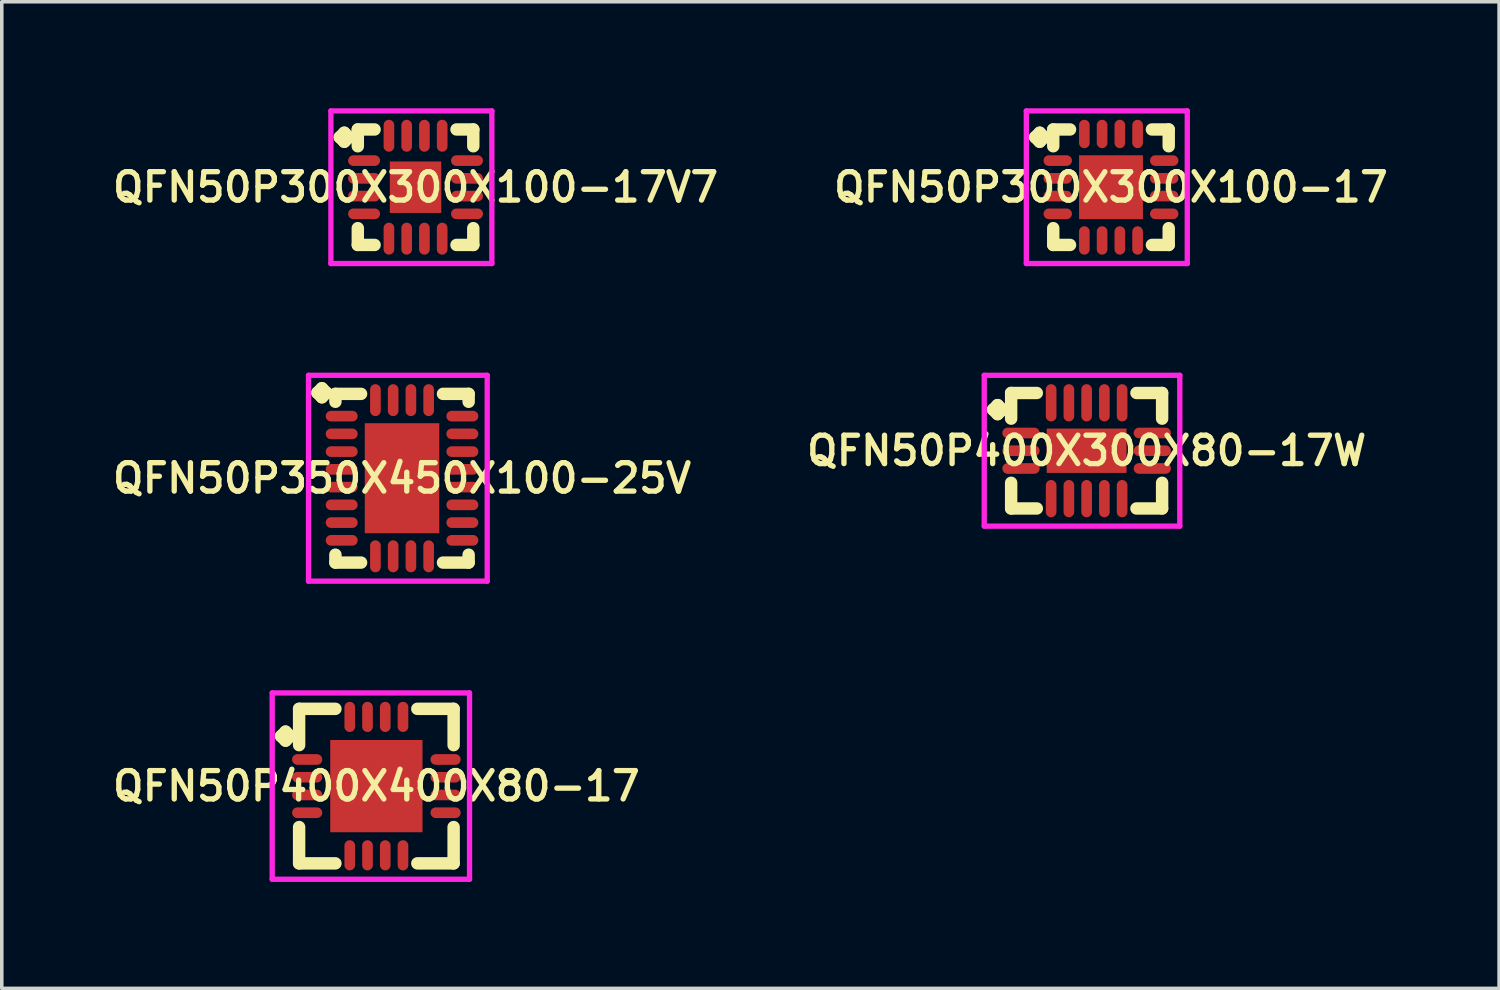
<source format=kicad_pcb>
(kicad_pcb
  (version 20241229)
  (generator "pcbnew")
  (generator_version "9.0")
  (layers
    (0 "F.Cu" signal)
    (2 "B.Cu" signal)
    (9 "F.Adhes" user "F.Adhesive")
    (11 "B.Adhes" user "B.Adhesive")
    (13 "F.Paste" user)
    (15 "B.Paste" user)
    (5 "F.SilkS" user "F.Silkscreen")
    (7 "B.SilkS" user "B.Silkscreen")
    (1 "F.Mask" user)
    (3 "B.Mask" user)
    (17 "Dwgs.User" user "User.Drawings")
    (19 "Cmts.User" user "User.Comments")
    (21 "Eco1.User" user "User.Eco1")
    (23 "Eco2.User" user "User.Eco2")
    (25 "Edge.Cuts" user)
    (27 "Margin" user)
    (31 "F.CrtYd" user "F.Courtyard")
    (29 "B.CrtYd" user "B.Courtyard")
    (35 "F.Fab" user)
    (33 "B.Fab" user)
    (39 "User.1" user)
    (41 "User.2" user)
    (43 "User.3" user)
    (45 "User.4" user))
  (footprint "QFN50P300X300X100-17"
    (layer "F.Cu")
    (at 28.254 2.225)
    (property "Reference" "QFN50P300X300X100-17" (at 0 0 0) (layer "F.SilkS") (effects (font (size 0.8 0.8) (thickness 0.15))))
    (attr smd)
    (fp_line (start -2.135 -1.408) (end -2.008 -1.535) (stroke (width 0.35) (type solid)) (layer "F.SilkS"))
    (fp_line (start -2.008 -1.535) (end -1.881 -1.408) (stroke (width 0.35) (type solid)) (layer "F.SilkS"))
    (fp_line (start -2.008 -1.281) (end -2.135 -1.408) (stroke (width 0.35) (type solid)) (layer "F.SilkS"))
    (fp_line (start -1.881 -1.408) (end -2.008 -1.281) (stroke (width 0.35) (type solid)) (layer "F.SilkS"))
    (fp_line (start -1.627 -1.627) (end -1.154 -1.627) (stroke (width 0.35) (type solid)) (layer "F.SilkS"))
    (fp_line (start -1.627 -1.154) (end -1.627 -1.627) (stroke (width 0.35) (type solid)) (layer "F.SilkS"))
    (fp_line (start -1.627 1.154) (end -1.627 1.627) (stroke (width 0.35) (type solid)) (layer "F.SilkS"))
    (fp_line (start -1.627 1.627) (end -1.154 1.627) (stroke (width 0.35) (type solid)) (layer "F.SilkS"))
    (fp_line (start 1.154 -1.627) (end 1.627 -1.627) (stroke (width 0.35) (type solid)) (layer "F.SilkS"))
    (fp_line (start 1.154 1.627) (end 1.627 1.627) (stroke (width 0.35) (type solid)) (layer "F.SilkS"))
    (fp_line (start 1.627 -1.627) (end 1.627 -1.154) (stroke (width 0.35) (type solid)) (layer "F.SilkS"))
    (fp_line (start 1.627 1.627) (end 1.627 1.154) (stroke (width 0.35) (type solid)) (layer "F.SilkS"))
    (fp_line (start -2.385 -2.15) (end 2.15 -2.15) (stroke (width 0.15) (type solid)) (layer "F.CrtYd"))
    (fp_line (start -2.385 2.15) (end -2.385 -2.15) (stroke (width 0.15) (type solid)) (layer "F.CrtYd"))
    (fp_line (start 2.15 -2.15) (end 2.15 2.15) (stroke (width 0.15) (type solid)) (layer "F.CrtYd"))
    (fp_line (start 2.15 2.15) (end -2.385 2.15) (stroke (width 0.15) (type solid)) (layer "F.CrtYd"))
    (pad "1" smd oval (at -1.5 -0.75) (size 0.8 0.3) (layers "F.Cu" "F.Mask" "F.Paste"))
    (pad "2" smd oval (at -1.5 -0.25) (size 0.8 0.3) (layers "F.Cu" "F.Mask" "F.Paste"))
    (pad "3" smd oval (at -1.5 0.25) (size 0.8 0.3) (layers "F.Cu" "F.Mask" "F.Paste"))
    (pad "4" smd oval (at -1.5 0.75) (size 0.8 0.3) (layers "F.Cu" "F.Mask" "F.Paste"))
    (pad "5" smd oval (at -0.75 1.5) (size 0.3 0.8) (layers "F.Cu" "F.Mask" "F.Paste"))
    (pad "6" smd oval (at -0.25 1.5) (size 0.3 0.8) (layers "F.Cu" "F.Mask" "F.Paste"))
    (pad "7" smd oval (at 0.25 1.5) (size 0.3 0.8) (layers "F.Cu" "F.Mask" "F.Paste"))
    (pad "8" smd oval (at 0.75 1.5) (size 0.3 0.8) (layers "F.Cu" "F.Mask" "F.Paste"))
    (pad "9" smd oval (at 1.5 0.75) (size 0.8 0.3) (layers "F.Cu" "F.Mask" "F.Paste"))
    (pad "10" smd oval (at 1.5 0.25) (size 0.8 0.3) (layers "F.Cu" "F.Mask" "F.Paste"))
    (pad "11" smd oval (at 1.5 -0.25) (size 0.8 0.3) (layers "F.Cu" "F.Mask" "F.Paste"))
    (pad "12" smd oval (at 1.5 -0.75) (size 0.8 0.3) (layers "F.Cu" "F.Mask" "F.Paste"))
    (pad "13" smd oval (at 0.75 -1.5) (size 0.3 0.8) (layers "F.Cu" "F.Mask" "F.Paste"))
    (pad "14" smd oval (at 0.25 -1.5) (size 0.3 0.8) (layers "F.Cu" "F.Mask" "F.Paste"))
    (pad "15" smd oval (at -0.25 -1.5) (size 0.3 0.8) (layers "F.Cu" "F.Mask" "F.Paste"))
    (pad "16" smd oval (at -0.75 -1.5) (size 0.3 0.8) (layers "F.Cu" "F.Mask" "F.Paste"))
    (pad "17" smd rect (at 0 0) (size 1.8 1.8) (layers "F.Cu" "F.Mask" "F.Paste")))
  (footprint "QFN50P350X450X100-25V"
    (layer "F.Cu")
    (at 8.278 10.425)
    (property "Reference" "QFN50P350X450X100-25V" (at 0 0 0) (layer "F.SilkS") (effects (font (size 0.8 0.8) (thickness 0.15))))
    (attr through_hole)
    (fp_line (start -2.385 -2.408) (end -2.258 -2.535) (stroke (width 0.35) (type solid)) (layer "F.SilkS"))
    (fp_line (start -2.258 -2.535) (end -2.131 -2.408) (stroke (width 0.35) (type solid)) (layer "F.SilkS"))
    (fp_line (start -2.258 -2.281) (end -2.385 -2.408) (stroke (width 0.35) (type solid)) (layer "F.SilkS"))
    (fp_line (start -2.131 -2.408) (end -2.258 -2.281) (stroke (width 0.35) (type solid)) (layer "F.SilkS"))
    (fp_line (start -1.877 -2.377) (end -1.154 -2.377) (stroke (width 0.35) (type solid)) (layer "F.SilkS"))
    (fp_line (start -1.877 -2.154) (end -1.877 -2.377) (stroke (width 0.35) (type solid)) (layer "F.SilkS"))
    (fp_line (start -1.877 2.154) (end -1.877 2.377) (stroke (width 0.35) (type solid)) (layer "F.SilkS"))
    (fp_line (start -1.877 2.377) (end -1.154 2.377) (stroke (width 0.35) (type solid)) (layer "F.SilkS"))
    (fp_line (start 1.154 -2.377) (end 1.877 -2.377) (stroke (width 0.35) (type solid)) (layer "F.SilkS"))
    (fp_line (start 1.154 2.377) (end 1.877 2.377) (stroke (width 0.35) (type solid)) (layer "F.SilkS"))
    (fp_line (start 1.877 -2.377) (end 1.877 -2.154) (stroke (width 0.35) (type solid)) (layer "F.SilkS"))
    (fp_line (start 1.877 2.377) (end 1.877 2.154) (stroke (width 0.35) (type solid)) (layer "F.SilkS"))
    (fp_line (start -2.635 -2.9) (end 2.4 -2.9) (stroke (width 0.15) (type solid)) (layer "F.CrtYd"))
    (fp_line (start -2.635 2.9) (end -2.635 -2.9) (stroke (width 0.15) (type solid)) (layer "F.CrtYd"))
    (fp_line (start 2.4 -2.9) (end 2.4 2.9) (stroke (width 0.15) (type solid)) (layer "F.CrtYd"))
    (fp_line (start 2.4 2.9) (end -2.635 2.9) (stroke (width 0.15) (type solid)) (layer "F.CrtYd"))
    (pad "1" smd oval (at -1.7 -1.75) (size 0.9 0.3) (layers "F.Cu" "F.Mask" "F.Paste"))
    (pad "2" smd oval (at -1.7 -1.25) (size 0.9 0.3) (layers "F.Cu" "F.Mask" "F.Paste"))
    (pad "3" smd oval (at -1.7 -0.75) (size 0.9 0.3) (layers "F.Cu" "F.Mask" "F.Paste"))
    (pad "4" smd oval (at -1.7 -0.25) (size 0.9 0.3) (layers "F.Cu" "F.Mask" "F.Paste"))
    (pad "5" smd oval (at -1.7 0.25) (size 0.9 0.3) (layers "F.Cu" "F.Mask" "F.Paste"))
    (pad "6" smd oval (at -1.7 0.75) (size 0.9 0.3) (layers "F.Cu" "F.Mask" "F.Paste"))
    (pad "7" smd oval (at -1.7 1.25) (size 0.9 0.3) (layers "F.Cu" "F.Mask" "F.Paste"))
    (pad "8" smd oval (at -1.7 1.75) (size 0.9 0.3) (layers "F.Cu" "F.Mask" "F.Paste"))
    (pad "9" smd oval (at -0.75 2.2) (size 0.3 0.9) (layers "F.Cu" "F.Mask" "F.Paste"))
    (pad "10" smd oval (at -0.25 2.2) (size 0.3 0.9) (layers "F.Cu" "F.Mask" "F.Paste"))
    (pad "11" smd oval (at 0.25 2.2) (size 0.3 0.9) (layers "F.Cu" "F.Mask" "F.Paste"))
    (pad "12" smd oval (at 0.75 2.2) (size 0.3 0.9) (layers "F.Cu" "F.Mask" "F.Paste"))
    (pad "13" smd oval (at 1.7 1.75) (size 0.9 0.3) (layers "F.Cu" "F.Mask" "F.Paste"))
    (pad "14" smd oval (at 1.7 1.25) (size 0.9 0.3) (layers "F.Cu" "F.Mask" "F.Paste"))
    (pad "15" smd oval (at 1.7 0.75) (size 0.9 0.3) (layers "F.Cu" "F.Mask" "F.Paste"))
    (pad "16" smd oval (at 1.7 0.25) (size 0.9 0.3) (layers "F.Cu" "F.Mask" "F.Paste"))
    (pad "17" smd oval (at 1.7 -0.25) (size 0.9 0.3) (layers "F.Cu" "F.Mask" "F.Paste"))
    (pad "18" smd oval (at 1.7 -0.75) (size 0.9 0.3) (layers "F.Cu" "F.Mask" "F.Paste"))
    (pad "19" smd oval (at 1.7 -1.25) (size 0.9 0.3) (layers "F.Cu" "F.Mask" "F.Paste"))
    (pad "20" smd oval (at 1.7 -1.75) (size 0.9 0.3) (layers "F.Cu" "F.Mask" "F.Paste"))
    (pad "21" smd oval (at 0.75 -2.2) (size 0.3 0.9) (layers "F.Cu" "F.Mask" "F.Paste"))
    (pad "22" smd oval (at 0.25 -2.2) (size 0.3 0.9) (layers "F.Cu" "F.Mask" "F.Paste"))
    (pad "23" smd oval (at -0.25 -2.2) (size 0.3 0.9) (layers "F.Cu" "F.Mask" "F.Paste"))
    (pad "24" smd oval (at -0.75 -2.2) (size 0.3 0.9) (layers "F.Cu" "F.Mask" "F.Paste"))
    (pad "25" smd rect (at 0 0) (size 2.1 3.1) (layers "F.Cu" "F.Mask" "F.Paste")))
  (footprint "QFN50P400X300X80-17W"
    (layer "F.Cu")
    (at 27.568 9.65)
    (property "Reference" "QFN50P400X300X80-17W" (at 0 0 0) (layer "F.SilkS") (effects (font (size 0.8 0.8) (thickness 0.15))))
    (attr smd)
    (fp_line (start -2.635 -1.158) (end -2.508 -1.285) (stroke (width 0.35) (type solid)) (layer "F.SilkS"))
    (fp_line (start -2.508 -1.285) (end -2.381 -1.158) (stroke (width 0.35) (type solid)) (layer "F.SilkS"))
    (fp_line (start -2.508 -1.031) (end -2.635 -1.158) (stroke (width 0.35) (type solid)) (layer "F.SilkS"))
    (fp_line (start -2.381 -1.158) (end -2.508 -1.031) (stroke (width 0.35) (type solid)) (layer "F.SilkS"))
    (fp_line (start -2.127 -1.627) (end -1.404 -1.627) (stroke (width 0.35) (type solid)) (layer "F.SilkS"))
    (fp_line (start -2.127 -0.904) (end -2.127 -1.627) (stroke (width 0.35) (type solid)) (layer "F.SilkS"))
    (fp_line (start -2.127 0.904) (end -2.127 1.627) (stroke (width 0.35) (type solid)) (layer "F.SilkS"))
    (fp_line (start -2.127 1.627) (end -1.404 1.627) (stroke (width 0.35) (type solid)) (layer "F.SilkS"))
    (fp_line (start 1.404 -1.627) (end 2.127 -1.627) (stroke (width 0.35) (type solid)) (layer "F.SilkS"))
    (fp_line (start 1.404 1.627) (end 2.127 1.627) (stroke (width 0.35) (type solid)) (layer "F.SilkS"))
    (fp_line (start 2.127 -1.627) (end 2.127 -0.904) (stroke (width 0.35) (type solid)) (layer "F.SilkS"))
    (fp_line (start 2.127 1.627) (end 2.127 0.904) (stroke (width 0.35) (type solid)) (layer "F.SilkS"))
    (fp_line (start -2.885 -2.125) (end 2.625 -2.125) (stroke (width 0.15) (type solid)) (layer "F.CrtYd"))
    (fp_line (start -2.885 2.125) (end -2.885 -2.125) (stroke (width 0.15) (type solid)) (layer "F.CrtYd"))
    (fp_line (start 2.625 -2.125) (end 2.625 2.125) (stroke (width 0.15) (type solid)) (layer "F.CrtYd"))
    (fp_line (start 2.625 2.125) (end -2.885 2.125) (stroke (width 0.15) (type solid)) (layer "F.CrtYd"))
    (pad "1" smd oval (at -1.85 -0.5) (size 1.05 0.3) (layers "F.Cu" "F.Mask" "F.Paste"))
    (pad "2" smd oval (at -1.85 0) (size 1.05 0.3) (layers "F.Cu" "F.Mask" "F.Paste"))
    (pad "3" smd oval (at -1.85 0.5) (size 1.05 0.3) (layers "F.Cu" "F.Mask" "F.Paste"))
    (pad "4" smd oval (at -1 1.35) (size 0.3 1.05) (layers "F.Cu" "F.Mask" "F.Paste"))
    (pad "5" smd oval (at -0.5 1.35) (size 0.3 1.05) (layers "F.Cu" "F.Mask" "F.Paste"))
    (pad "6" smd oval (at 0 1.35) (size 0.3 1.05) (layers "F.Cu" "F.Mask" "F.Paste"))
    (pad "7" smd oval (at 0.5 1.35) (size 0.3 1.05) (layers "F.Cu" "F.Mask" "F.Paste"))
    (pad "8" smd oval (at 1 1.35) (size 0.3 1.05) (layers "F.Cu" "F.Mask" "F.Paste"))
    (pad "9" smd oval (at 1.85 0.5) (size 1.05 0.3) (layers "F.Cu" "F.Mask" "F.Paste"))
    (pad "10" smd oval (at 1.85 0) (size 1.05 0.3) (layers "F.Cu" "F.Mask" "F.Paste"))
    (pad "11" smd oval (at 1.85 -0.5) (size 1.05 0.3) (layers "F.Cu" "F.Mask" "F.Paste"))
    (pad "12" smd oval (at 1 -1.35) (size 0.3 1.05) (layers "F.Cu" "F.Mask" "F.Paste"))
    (pad "13" smd oval (at 0.5 -1.35) (size 0.3 1.05) (layers "F.Cu" "F.Mask" "F.Paste"))
    (pad "14" smd oval (at 0 -1.35) (size 0.3 1.05) (layers "F.Cu" "F.Mask" "F.Paste"))
    (pad "15" smd oval (at -0.5 -1.35) (size 0.3 1.05) (layers "F.Cu" "F.Mask" "F.Paste"))
    (pad "16" smd oval (at -1 -1.35) (size 0.3 1.05) (layers "F.Cu" "F.Mask" "F.Paste"))
    (pad "17" smd rect (at 0 0) (size 2.25 1.25) (layers "F.Cu" "F.Mask" "F.Paste")))
  (footprint "QFN50P300X300X100-17V7"
    (layer "F.Cu")
    (at 8.659 2.225)
    (property "Reference" "QFN50P300X300X100-17V7" (at 0 0 0) (layer "F.SilkS") (effects (font (size 0.8 0.8) (thickness 0.15))))
    (attr through_hole)
    (fp_line (start -2.135 -1.408) (end -2.008 -1.535) (stroke (width 0.35) (type solid)) (layer "F.SilkS"))
    (fp_line (start -2.008 -1.535) (end -1.881 -1.408) (stroke (width 0.35) (type solid)) (layer "F.SilkS"))
    (fp_line (start -2.008 -1.281) (end -2.135 -1.408) (stroke (width 0.35) (type solid)) (layer "F.SilkS"))
    (fp_line (start -1.881 -1.408) (end -2.008 -1.281) (stroke (width 0.35) (type solid)) (layer "F.SilkS"))
    (fp_line (start -1.627 -1.627) (end -1.154 -1.627) (stroke (width 0.35) (type solid)) (layer "F.SilkS"))
    (fp_line (start -1.627 -1.154) (end -1.627 -1.627) (stroke (width 0.35) (type solid)) (layer "F.SilkS"))
    (fp_line (start -1.627 1.154) (end -1.627 1.627) (stroke (width 0.35) (type solid)) (layer "F.SilkS"))
    (fp_line (start -1.627 1.627) (end -1.154 1.627) (stroke (width 0.35) (type solid)) (layer "F.SilkS"))
    (fp_line (start 1.154 -1.627) (end 1.627 -1.627) (stroke (width 0.35) (type solid)) (layer "F.SilkS"))
    (fp_line (start 1.154 1.627) (end 1.627 1.627) (stroke (width 0.35) (type solid)) (layer "F.SilkS"))
    (fp_line (start 1.627 -1.627) (end 1.627 -1.154) (stroke (width 0.35) (type solid)) (layer "F.SilkS"))
    (fp_line (start 1.627 1.627) (end 1.627 1.154) (stroke (width 0.35) (type solid)) (layer "F.SilkS"))
    (fp_line (start -2.385 -2.15) (end 2.15 -2.15) (stroke (width 0.15) (type solid)) (layer "F.CrtYd"))
    (fp_line (start -2.385 2.15) (end -2.385 -2.15) (stroke (width 0.15) (type solid)) (layer "F.CrtYd"))
    (fp_line (start 2.15 -2.15) (end 2.15 2.15) (stroke (width 0.15) (type solid)) (layer "F.CrtYd"))
    (fp_line (start 2.15 2.15) (end -2.385 2.15) (stroke (width 0.15) (type solid)) (layer "F.CrtYd"))
    (pad "1" smd oval (at -1.45 -0.75) (size 0.9 0.3) (layers "F.Cu" "F.Mask" "F.Paste"))
    (pad "2" smd oval (at -1.45 -0.25) (size 0.9 0.3) (layers "F.Cu" "F.Mask" "F.Paste"))
    (pad "3" smd oval (at -1.45 0.25) (size 0.9 0.3) (layers "F.Cu" "F.Mask" "F.Paste"))
    (pad "4" smd oval (at -1.45 0.75) (size 0.9 0.3) (layers "F.Cu" "F.Mask" "F.Paste"))
    (pad "5" smd oval (at -0.75 1.45) (size 0.3 0.9) (layers "F.Cu" "F.Mask" "F.Paste"))
    (pad "6" smd oval (at -0.25 1.45) (size 0.3 0.9) (layers "F.Cu" "F.Mask" "F.Paste"))
    (pad "7" smd oval (at 0.25 1.45) (size 0.3 0.9) (layers "F.Cu" "F.Mask" "F.Paste"))
    (pad "8" smd oval (at 0.75 1.45) (size 0.3 0.9) (layers "F.Cu" "F.Mask" "F.Paste"))
    (pad "9" smd oval (at 1.45 0.75) (size 0.9 0.3) (layers "F.Cu" "F.Mask" "F.Paste"))
    (pad "10" smd oval (at 1.45 0.25) (size 0.9 0.3) (layers "F.Cu" "F.Mask" "F.Paste"))
    (pad "11" smd oval (at 1.45 -0.25) (size 0.9 0.3) (layers "F.Cu" "F.Mask" "F.Paste"))
    (pad "12" smd oval (at 1.45 -0.75) (size 0.9 0.3) (layers "F.Cu" "F.Mask" "F.Paste"))
    (pad "13" smd oval (at 0.75 -1.45) (size 0.3 0.9) (layers "F.Cu" "F.Mask" "F.Paste"))
    (pad "14" smd oval (at 0.25 -1.45) (size 0.3 0.9) (layers "F.Cu" "F.Mask" "F.Paste"))
    (pad "15" smd oval (at -0.25 -1.45) (size 0.3 0.9) (layers "F.Cu" "F.Mask" "F.Paste"))
    (pad "16" smd oval (at -0.75 -1.45) (size 0.3 0.9) (layers "F.Cu" "F.Mask" "F.Paste"))
    (pad "17" smd rect (at 0 0) (size 1.45 1.45) (layers "F.Cu" "F.Mask" "F.Paste")))
  (footprint "QFN50P400X400X80-17"
    (layer "F.Cu")
    (at 7.555 19.1)
    (property "Reference" "QFN50P400X400X80-17" (at 0 0 0) (layer "F.SilkS") (effects (font (size 0.8 0.8) (thickness 0.15))))
    (attr through_hole)
    (fp_line (start -2.685 -1.408) (end -2.558 -1.535) (stroke (width 0.35) (type solid)) (layer "F.SilkS"))
    (fp_line (start -2.558 -1.535) (end -2.431 -1.408) (stroke (width 0.35) (type solid)) (layer "F.SilkS"))
    (fp_line (start -2.558 -1.281) (end -2.685 -1.408) (stroke (width 0.35) (type solid)) (layer "F.SilkS"))
    (fp_line (start -2.431 -1.408) (end -2.558 -1.281) (stroke (width 0.35) (type solid)) (layer "F.SilkS"))
    (fp_line (start -2.177 -2.177) (end -1.154 -2.177) (stroke (width 0.35) (type solid)) (layer "F.SilkS"))
    (fp_line (start -2.177 -1.154) (end -2.177 -2.177) (stroke (width 0.35) (type solid)) (layer "F.SilkS"))
    (fp_line (start -2.177 1.154) (end -2.177 2.177) (stroke (width 0.35) (type solid)) (layer "F.SilkS"))
    (fp_line (start -2.177 2.177) (end -1.154 2.177) (stroke (width 0.35) (type solid)) (layer "F.SilkS"))
    (fp_line (start 1.154 -2.177) (end 2.177 -2.177) (stroke (width 0.35) (type solid)) (layer "F.SilkS"))
    (fp_line (start 1.154 2.177) (end 2.177 2.177) (stroke (width 0.35) (type solid)) (layer "F.SilkS"))
    (fp_line (start 2.177 -2.177) (end 2.177 -1.154) (stroke (width 0.35) (type solid)) (layer "F.SilkS"))
    (fp_line (start 2.177 2.177) (end 2.177 1.154) (stroke (width 0.35) (type solid)) (layer "F.SilkS"))
    (fp_line (start -2.935 -2.625) (end 2.625 -2.625) (stroke (width 0.15) (type solid)) (layer "F.CrtYd"))
    (fp_line (start -2.935 2.625) (end -2.935 -2.625) (stroke (width 0.15) (type solid)) (layer "F.CrtYd"))
    (fp_line (start 2.625 -2.625) (end 2.625 2.625) (stroke (width 0.15) (type solid)) (layer "F.CrtYd"))
    (fp_line (start 2.625 2.625) (end -2.935 2.625) (stroke (width 0.15) (type solid)) (layer "F.CrtYd"))
    (pad "1" smd oval (at -1.95 -0.75) (size 0.85 0.3) (layers "F.Cu" "F.Mask" "F.Paste"))
    (pad "2" smd oval (at -1.95 -0.25) (size 0.85 0.3) (layers "F.Cu" "F.Mask" "F.Paste"))
    (pad "3" smd oval (at -1.95 0.25) (size 0.85 0.3) (layers "F.Cu" "F.Mask" "F.Paste"))
    (pad "4" smd oval (at -1.95 0.75) (size 0.85 0.3) (layers "F.Cu" "F.Mask" "F.Paste"))
    (pad "5" smd oval (at -0.75 1.95) (size 0.3 0.85) (layers "F.Cu" "F.Mask" "F.Paste"))
    (pad "6" smd oval (at -0.25 1.95) (size 0.3 0.85) (layers "F.Cu" "F.Mask" "F.Paste"))
    (pad "7" smd oval (at 0.25 1.95) (size 0.3 0.85) (layers "F.Cu" "F.Mask" "F.Paste"))
    (pad "8" smd oval (at 0.75 1.95) (size 0.3 0.85) (layers "F.Cu" "F.Mask" "F.Paste"))
    (pad "9" smd oval (at 1.95 0.75) (size 0.85 0.3) (layers "F.Cu" "F.Mask" "F.Paste"))
    (pad "10" smd oval (at 1.95 0.25) (size 0.85 0.3) (layers "F.Cu" "F.Mask" "F.Paste"))
    (pad "11" smd oval (at 1.95 -0.25) (size 0.85 0.3) (layers "F.Cu" "F.Mask" "F.Paste"))
    (pad "12" smd oval (at 1.95 -0.75) (size 0.85 0.3) (layers "F.Cu" "F.Mask" "F.Paste"))
    (pad "13" smd oval (at 0.75 -1.95) (size 0.3 0.85) (layers "F.Cu" "F.Mask" "F.Paste"))
    (pad "14" smd oval (at 0.25 -1.95) (size 0.3 0.85) (layers "F.Cu" "F.Mask" "F.Paste"))
    (pad "15" smd oval (at -0.25 -1.95) (size 0.3 0.85) (layers "F.Cu" "F.Mask" "F.Paste"))
    (pad "16" smd oval (at -0.75 -1.95) (size 0.3 0.85) (layers "F.Cu" "F.Mask" "F.Paste"))
    (pad "17" smd rect (at 0 0) (size 2.6 2.6) (layers "F.Cu" "F.Mask" "F.Paste")))
  (gr_rect
    (start -3 -3)
    (end 39.19 24.8)
    (stroke (width 0.1) (type default))
    (fill no)
    (layer "Edge.Cuts")))
</source>
